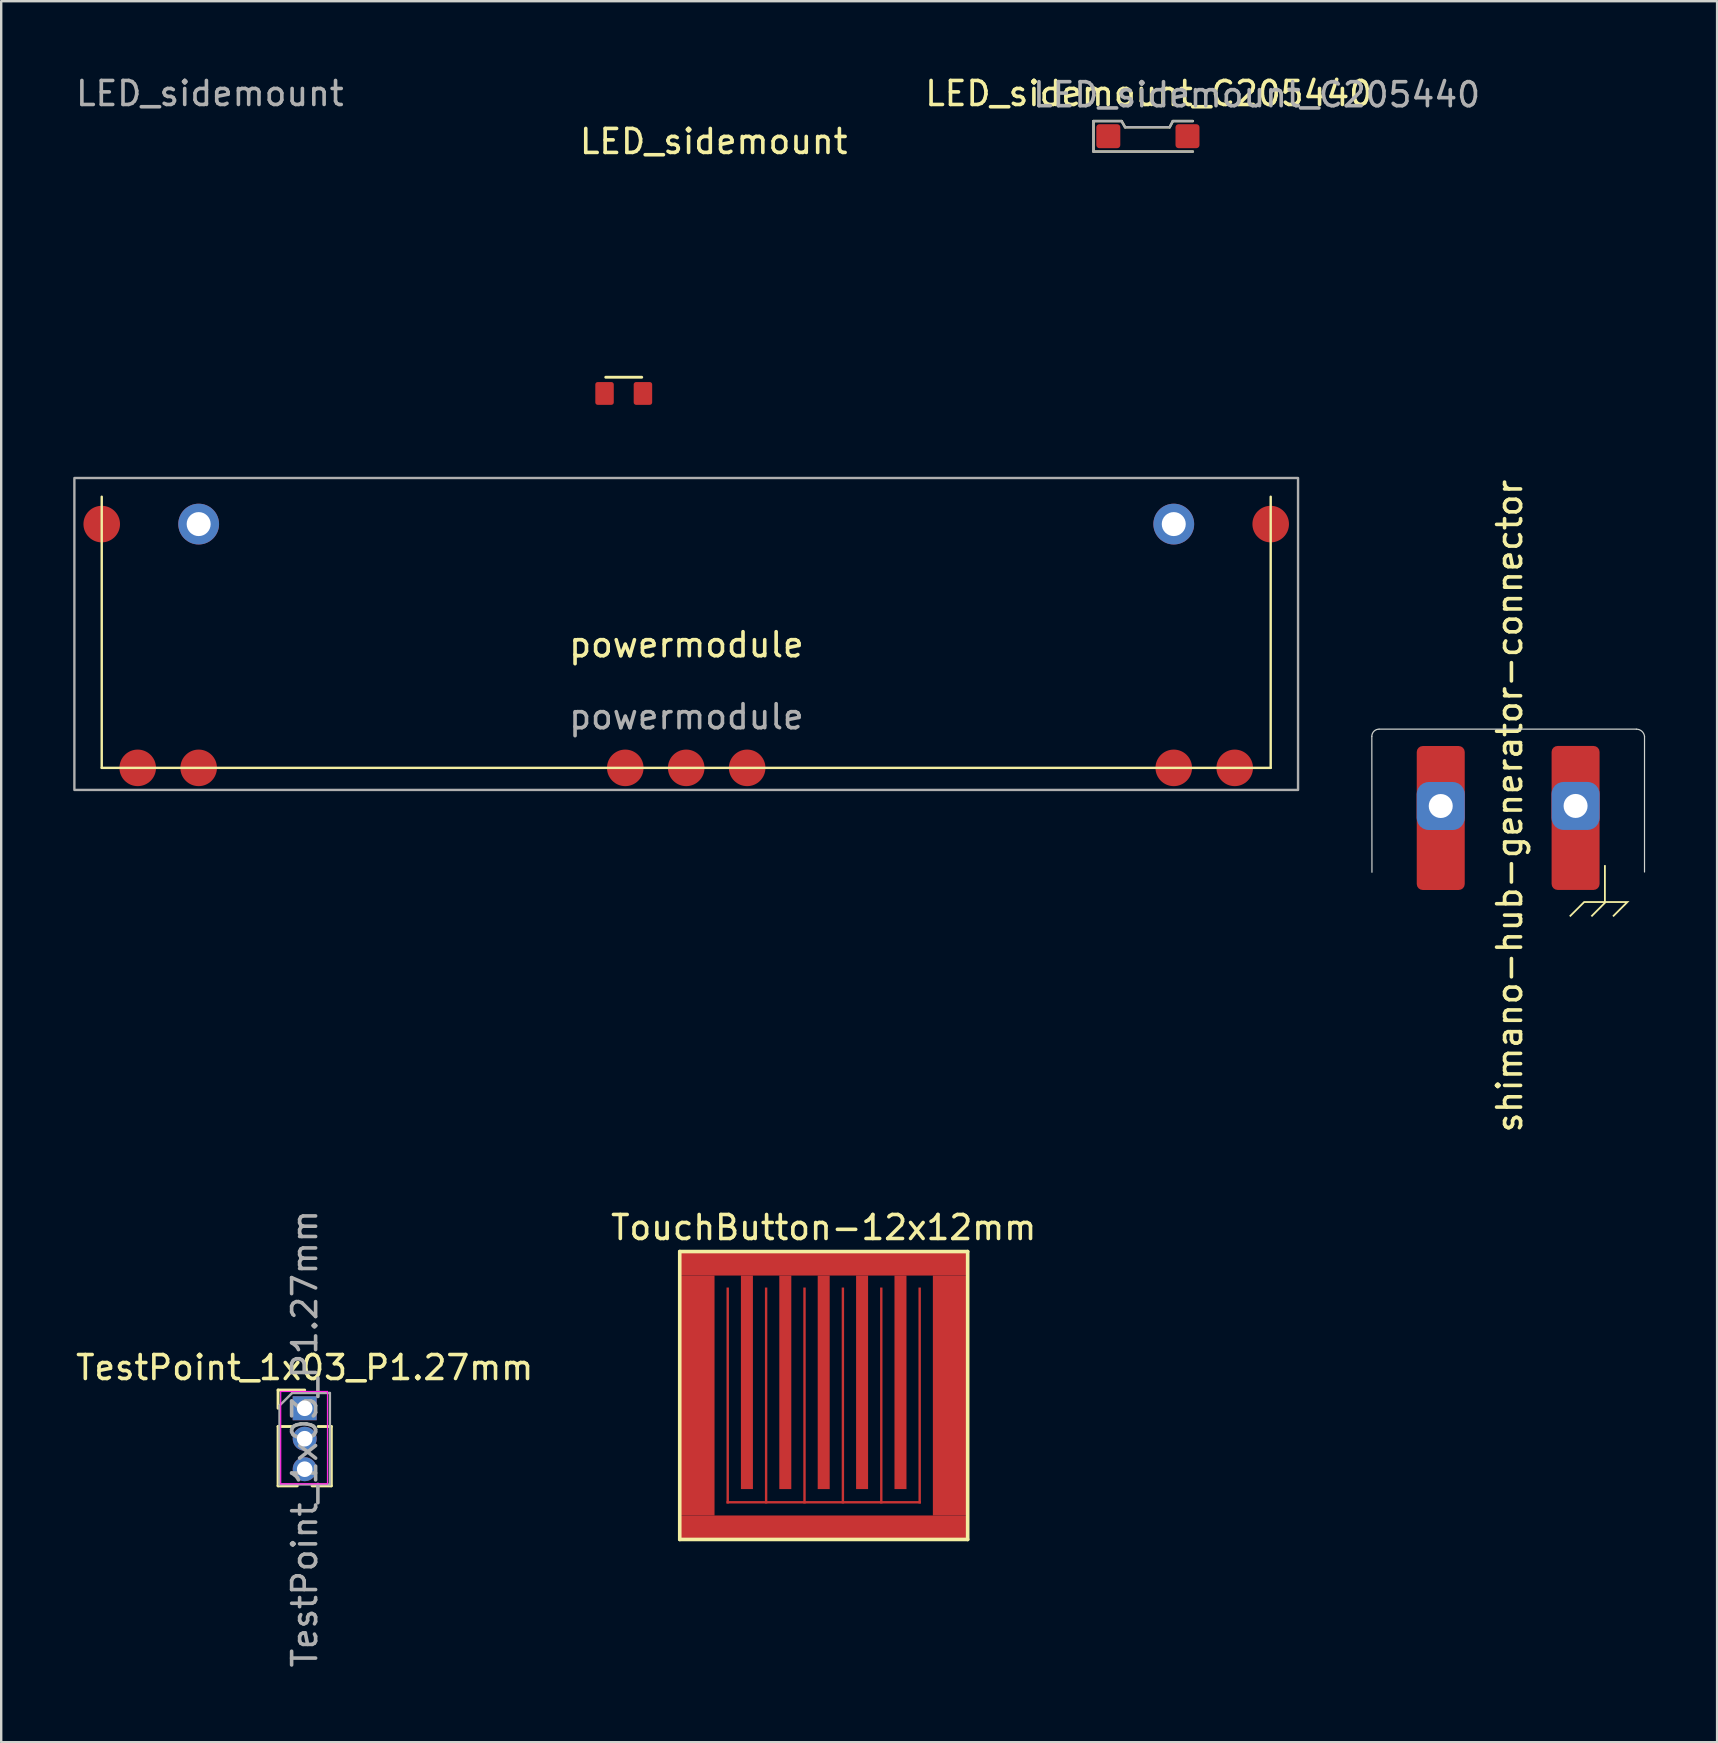
<source format=kicad_pcb>
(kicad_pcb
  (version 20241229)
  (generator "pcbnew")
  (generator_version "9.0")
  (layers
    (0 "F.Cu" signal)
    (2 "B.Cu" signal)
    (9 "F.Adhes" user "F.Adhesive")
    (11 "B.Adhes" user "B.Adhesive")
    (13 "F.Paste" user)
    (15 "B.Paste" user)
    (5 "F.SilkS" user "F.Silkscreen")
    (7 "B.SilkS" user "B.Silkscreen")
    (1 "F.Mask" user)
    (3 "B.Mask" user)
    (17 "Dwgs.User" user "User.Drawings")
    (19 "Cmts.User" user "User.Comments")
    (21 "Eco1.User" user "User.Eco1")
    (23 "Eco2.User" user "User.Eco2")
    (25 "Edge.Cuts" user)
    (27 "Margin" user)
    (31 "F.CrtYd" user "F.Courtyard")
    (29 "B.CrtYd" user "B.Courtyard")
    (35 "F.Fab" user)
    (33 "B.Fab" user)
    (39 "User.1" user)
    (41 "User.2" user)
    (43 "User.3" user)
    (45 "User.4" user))
  (footprint "LED_sidemount"
    (layer "F.Cu")
    (at 22.946 12.973)
    (property "Reference" "LED_sidemount" (at 3.75 -10.125 0) (unlocked yes) (layer "F.SilkS") (effects (font (size 1 1) (thickness 0.15))))
    (attr smd)
    (fp_line (start -0.75 -0.3) (end 0.75 -0.3) (stroke (width 0.12) (type solid)) (layer "F.SilkS"))
    (fp_text user "${REFERENCE}" (at -17.25 -12.125 0) (unlocked yes) (layer "F.Fab") (effects (font (size 1 1) (thickness 0.15))))
    (pad "1" smd roundrect (at -0.8 0.375) (size 0.77 0.95) (layers "F.Cu" "F.Mask" "F.Paste") (roundrect_rratio 0.13))
    (pad "2" smd roundrect (at 0.8 0.375) (size 0.77 0.95) (layers "F.Cu" "F.Mask" "F.Paste") (roundrect_rratio 0.13)))
  (footprint "shimano-hub-generator-connector"
    (layer "F.Cu")
    (at 59.83 30.543)
    (property "Reference" "shimano-hub-generator-connector" (at 0.039 0 90) (unlocked yes) (layer "F.SilkS") (effects (font (size 1 1) (thickness 0.15))))
    (attr smd)
    (fp_poly (pts (xy 4.046 3.963) (xy 5.037 3.963) (xy 4.372 4.628) (xy 4.346 4.601) (xy 4.319 4.574) (xy 4.587 4.306) (xy 4.855 4.038) (xy 4.057 4.038) (xy 3.796 4.302) (xy 3.772 4.326) (xy 3.749 4.349) (xy 3.726 4.373) (xy 3.703 4.395) (xy 3.681 4.417) (xy 3.66 4.439) (xy 3.64 4.459) (xy 3.621 4.478) (xy 3.603 4.497) (xy 3.586 4.514) (xy 3.57 4.53) (xy 3.555 4.544) (xy 3.542 4.557) (xy 3.531 4.569) (xy 3.521 4.579) (xy 3.514 4.586) (xy 3.508 4.592) (xy 3.504 4.596) (xy 3.504 4.596) (xy 3.472 4.628) (xy 3.446 4.601) (xy 3.419 4.574) (xy 3.684 4.306) (xy 3.95 4.039) (xy 3.162 4.038) (xy 2.572 4.628) (xy 2.519 4.574) (xy 2.825 4.269) (xy 3.13 3.963) (xy 3.971 3.963) (xy 3.971 2.463) (xy 4.046 2.463)) (stroke (width 0) (type solid)) (fill yes) (layer "F.SilkS"))
    (fp_line (start -5.705 -2.903) (end -5.7 2.76) (stroke (width 0.05) (type solid)) (layer "Edge.Cuts"))
    (fp_line (start -5.405 -3.203) (end 5.321 -3.203) (stroke (width 0.05) (type solid)) (layer "Edge.Cuts"))
    (fp_line (start 5.66 -2.903) (end 5.66 2.75) (stroke (width 0.05) (type solid)) (layer "Edge.Cuts"))
    (fp_arc (start -5.705141 -2.9032) (mid -5.617273 -3.115332) (end -5.405141 -3.2032) (stroke (width 0.05) (type solid)) (layer "Edge.Cuts"))
    (fp_arc (start 5.320809 -3.2032) (mid 5.547205 -3.117443) (end 5.659941 -2.9032) (stroke (width 0.05) (type solid)) (layer "Edge.Cuts"))
    (fp_line (start -5.7 3.25) (end -5.7 2.75) (stroke (width 0.05) (type solid)) (layer "User.2"))
    (fp_line (start 5.66 3.25) (end 5.66 2.75) (stroke (width 0.05) (type solid)) (layer "User.2"))
    (pad "1" thru_hole roundrect (at 2.787 -0.003) (size 2 2) (drill 1) (layers "*.Cu" "*.Mask") (roundrect_rratio 0.25))
    (pad "1" smd roundrect (at 2.787 0.497 180) (size 2 6) (layers "F.Cu" "F.Mask") (roundrect_rratio 0.125))
    (pad "2" thru_hole roundrect (at -2.833 0 180) (size 2 2) (drill 1) (layers "*.Cu" "*.Mask") (roundrect_rratio 0.25))
    (pad "2" smd roundrect (at -2.833 0.5 180) (size 2 6) (layers "F.Cu" "F.Mask") (roundrect_rratio 0.125)))
  (footprint "TouchButton-12x12mm"
    (layer "F.Cu")
    (at 31.28 55.112)
    (property "Reference" "TouchButton-12x12mm" (at 0 -7 0) (layer "F.SilkS") (effects (font (size 1 1) (thickness 0.15))))
    (fp_line (start -6 -6) (end 6 -6) (stroke (width 0.15) (type solid)) (layer "F.SilkS"))
    (fp_line (start -6 6) (end -6 -6) (stroke (width 0.15) (type solid)) (layer "F.SilkS"))
    (fp_line (start 6 -6) (end 6 6) (stroke (width 0.15) (type solid)) (layer "F.SilkS"))
    (fp_line (start 6 6) (end -6 6) (stroke (width 0.15) (type solid)) (layer "F.SilkS"))
    (pad "1" smd rect (at -5.275 0) (size 1.45 10) (layers "F.Cu"))
    (pad "1" smd rect (at -3.2 -0.55) (size 0.5 8.9) (layers "F.Cu"))
    (pad "1" smd rect (at -1.6 -0.55) (size 0.5 8.9) (layers "F.Cu"))
    (pad "1" smd rect (at 0 -5.5) (size 12 1) (layers "F.Cu"))
    (pad "1" smd rect (at 0 -0.55) (size 0.5 8.9) (layers "F.Cu"))
    (pad "1" smd rect (at 0 5.5) (size 12 1) (layers "F.Cu"))
    (pad "1" smd rect (at 1.6 -0.55) (size 0.5 8.9) (layers "F.Cu"))
    (pad "1" smd rect (at 3.2 -0.55) (size 0.5 8.9) (layers "F.Cu"))
    (pad "1" smd rect (at 5.275 0) (size 1.45 10) (layers "F.Cu"))
    (pad "2" smd rect (at -4 0) (size 0.1 9) (layers "F.Cu"))
    (pad "2" smd rect (at -2.4 0) (size 0.1 9) (layers "F.Cu"))
    (pad "2" smd rect (at -0.8 0) (size 0.1 9) (layers "F.Cu"))
    (pad "2" smd rect (at 0 4.45) (size 8.1 0.1) (layers "F.Cu"))
    (pad "2" smd rect (at 0.8 0) (size 0.1 9) (layers "F.Cu"))
    (pad "2" smd rect (at 2.4 0) (size 0.1 9) (layers "F.Cu"))
    (pad "2" smd rect (at 4 0) (size 0.1 9) (layers "F.Cu")))
  (footprint "powermodule"
    (layer "F.Cu")
    (at 25.55 23.873)
    (property "Reference" "powermodule" (at 0.01 -0.05 0) (unlocked yes) (layer "F.SilkS") (effects (font (size 1 1) (thickness 0.15))))
    (attr smd)
    (fp_line (start -24.36 -6.22) (end -24.36 5.08) (stroke (width 0.1) (type solid)) (layer "F.SilkS"))
    (fp_line (start -24.36 5.08) (end 24.36 5.08) (stroke (width 0.1) (type solid)) (layer "F.SilkS"))
    (fp_line (start 24.36 5.08) (end 24.36 -6.22) (stroke (width 0.1) (type solid)) (layer "F.SilkS"))
    (fp_rect (start -25.5 -7) (end 25.5 6) (stroke (width 0.1) (type solid)) (fill no) (layer "F.Fab"))
    (fp_text user "${REFERENCE}" (at 0.01 2.95 0) (unlocked yes) (layer "F.Fab") (effects (font (size 1 1) (thickness 0.15))))
    (pad "1" connect circle (at -24.36 -5.08 180) (size 1.524 1.524) (layers "F.Cu" "F.Mask"))
    (pad "1" connect circle (at -22.86 5.08) (size 1.524 1.524) (layers "F.Cu" "F.Mask"))
    (pad "1" thru_hole circle (at -20.32 -5.08) (size 1.7 1.7) (drill 1) (layers "*.Cu" "*.Mask"))
    (pad "1" thru_hole circle (at 20.32 -5.08) (size 1.7 1.7) (drill 1) (layers "*.Cu" "*.Mask"))
    (pad "1" connect circle (at 22.86 5.08 180) (size 1.524 1.524) (layers "F.Cu" "F.Mask"))
    (pad "1" connect circle (at 24.36 -5.08 180) (size 1.524 1.524) (layers "F.Cu" "F.Mask"))
    (pad "2" connect circle (at -20.32 5.08) (size 1.524 1.524) (layers "F.Cu" "F.Mask"))
    (pad "3" connect circle (at -2.54 5.08) (size 1.524 1.524) (layers "F.Cu" "F.Mask"))
    (pad "4" connect circle (at 0 5.08) (size 1.524 1.524) (layers "F.Cu" "F.Mask"))
    (pad "5" connect circle (at 2.54 5.08) (size 1.524 1.524) (layers "F.Cu" "F.Mask"))
    (pad "6" connect circle (at 20.32 5.08) (size 1.524 1.524) (layers "F.Cu" "F.Mask")))
  (footprint "LED_sidemount_C205440"
    (layer "F.Cu")
    (at 44.802 2.626)
    (property "Reference" "LED_sidemount_C205440" (at 0.025 -1.778 0) (unlocked yes) (layer "F.SilkS") (effects (font (size 1 1) (thickness 0.15))))
    (attr smd)
    (fp_line (start -2.276 -0.629) (end -2.276 0.641) (stroke (width 0.1) (type solid)) (layer "F.SilkS"))
    (fp_line (start -2.276 0.641) (end 1.864 0.641) (stroke (width 0.1) (type solid)) (layer "F.SilkS"))
    (fp_line (start -1.104 -0.629) (end -2.276 -0.629) (stroke (width 0.1) (type solid)) (layer "F.SilkS"))
    (fp_line (start -0.959 -0.375) (end -1.104 -0.629) (stroke (width 0.1) (type solid)) (layer "F.SilkS"))
    (fp_line (start 0.899 -0.375) (end -0.959 -0.375) (stroke (width 0.1) (type solid)) (layer "F.SilkS"))
    (fp_line (start 1.032 -0.629) (end 0.899 -0.375) (stroke (width 0.1) (type solid)) (layer "F.SilkS"))
    (fp_line (start 1.864 -0.629) (end 1.032 -0.629) (stroke (width 0.1) (type solid)) (layer "F.SilkS"))
    (fp_line (start -2.28 -0.629) (end -2.28 0.641) (stroke (width 0.1) (type solid)) (layer "F.Fab"))
    (fp_line (start -2.28 0.641) (end 1.861 0.641) (stroke (width 0.1) (type solid)) (layer "F.Fab"))
    (fp_line (start -1.108 -0.629) (end -2.28 -0.629) (stroke (width 0.1) (type solid)) (layer "F.Fab"))
    (fp_line (start -0.963 -0.375) (end -1.108 -0.629) (stroke (width 0.1) (type solid)) (layer "F.Fab"))
    (fp_line (start 0.895 -0.375) (end -0.963 -0.375) (stroke (width 0.1) (type solid)) (layer "F.Fab"))
    (fp_line (start 1.028 -0.629) (end 0.895 -0.375) (stroke (width 0.1) (type solid)) (layer "F.Fab"))
    (fp_line (start 1.861 -0.629) (end 1.028 -0.629) (stroke (width 0.1) (type solid)) (layer "F.Fab"))
    (fp_text user "${REFERENCE}" (at 4.521 -1.727 0) (unlocked yes) (layer "F.Fab") (effects (font (size 1 1) (thickness 0.15))))
    (pad "1" smd roundrect (at -1.66 0) (size 1 1) (layers "F.Cu" "F.Mask" "F.Paste") (roundrect_rratio 0.13))
    (pad "2" smd roundrect (at 1.64 0) (size 1 1) (layers "F.Cu" "F.Mask" "F.Paste") (roundrect_rratio 0.13)))
  (footprint "TestPoint_1x03_P1.27mm"
    (layer "F.Cu")
    (at 9.649 55.643)
    (property "Reference" "TestPoint_1x03_P1.27mm" (at 0 -1.695 0) (layer "F.SilkS") (effects (font (size 1 1) (thickness 0.15))))
    (attr through_hole)
    (fp_line (start -1.11 -0.76) (end 0 -0.76) (stroke (width 0.12) (type solid)) (layer "F.SilkS"))
    (fp_line (start -1.11 0) (end -1.11 -0.76) (stroke (width 0.12) (type solid)) (layer "F.SilkS"))
    (fp_line (start -1.11 0.76) (end -1.11 3.235) (stroke (width 0.12) (type solid)) (layer "F.SilkS"))
    (fp_line (start -1.11 0.76) (end -0.563 0.76) (stroke (width 0.12) (type solid)) (layer "F.SilkS"))
    (fp_line (start -1.11 3.235) (end -0.308 3.235) (stroke (width 0.12) (type solid)) (layer "F.SilkS"))
    (fp_line (start 0.308 3.235) (end 1.11 3.235) (stroke (width 0.12) (type solid)) (layer "F.SilkS"))
    (fp_line (start 0.563 0.76) (end 1.11 0.76) (stroke (width 0.12) (type solid)) (layer "F.SilkS"))
    (fp_line (start 1.11 0.76) (end 1.11 3.235) (stroke (width 0.12) (type solid)) (layer "F.SilkS"))
    (fp_line (start -1 -0.7) (end -1 3.15) (stroke (width 0.05) (type solid)) (layer "F.CrtYd"))
    (fp_line (start -1 3.15) (end 0.95 3.15) (stroke (width 0.05) (type solid)) (layer "F.CrtYd"))
    (fp_line (start 0.95 -0.7) (end -1 -0.7) (stroke (width 0.05) (type solid)) (layer "F.CrtYd"))
    (fp_line (start 0.95 3.15) (end 0.95 -0.7) (stroke (width 0.05) (type solid)) (layer "F.CrtYd"))
    (fp_line (start -1.05 -0.11) (end -0.525 -0.635) (stroke (width 0.1) (type solid)) (layer "F.Fab"))
    (fp_line (start -1.05 3.175) (end -1.05 -0.11) (stroke (width 0.1) (type solid)) (layer "F.Fab"))
    (fp_line (start -0.525 -0.635) (end 1.05 -0.635) (stroke (width 0.1) (type solid)) (layer "F.Fab"))
    (fp_line (start 1.05 -0.635) (end 1.05 3.175) (stroke (width 0.1) (type solid)) (layer "F.Fab"))
    (fp_line (start 1.05 3.175) (end -1.05 3.175) (stroke (width 0.1) (type solid)) (layer "F.Fab"))
    (fp_text user "${REFERENCE}" (at 0 1.27 90) (layer "F.Fab") (effects (font (size 1 1) (thickness 0.15))))
    (pad "1" thru_hole rect (at 0 0) (size 1 1) (drill 0.65) (layers "*.Cu" "*.Mask"))
    (pad "2" thru_hole oval (at 0 1.27) (size 1 1) (drill 0.65) (layers "*.Cu" "*.Mask"))
    (pad "3" thru_hole oval (at 0 2.54) (size 1 1) (drill 0.65) (layers "*.Cu" "*.Mask")))
  (gr_rect
    (start -3 -3)
    (end 68.515 69.561)
    (stroke (width 0.1) (type default))
    (fill no)
    (layer "Edge.Cuts")))
</source>
